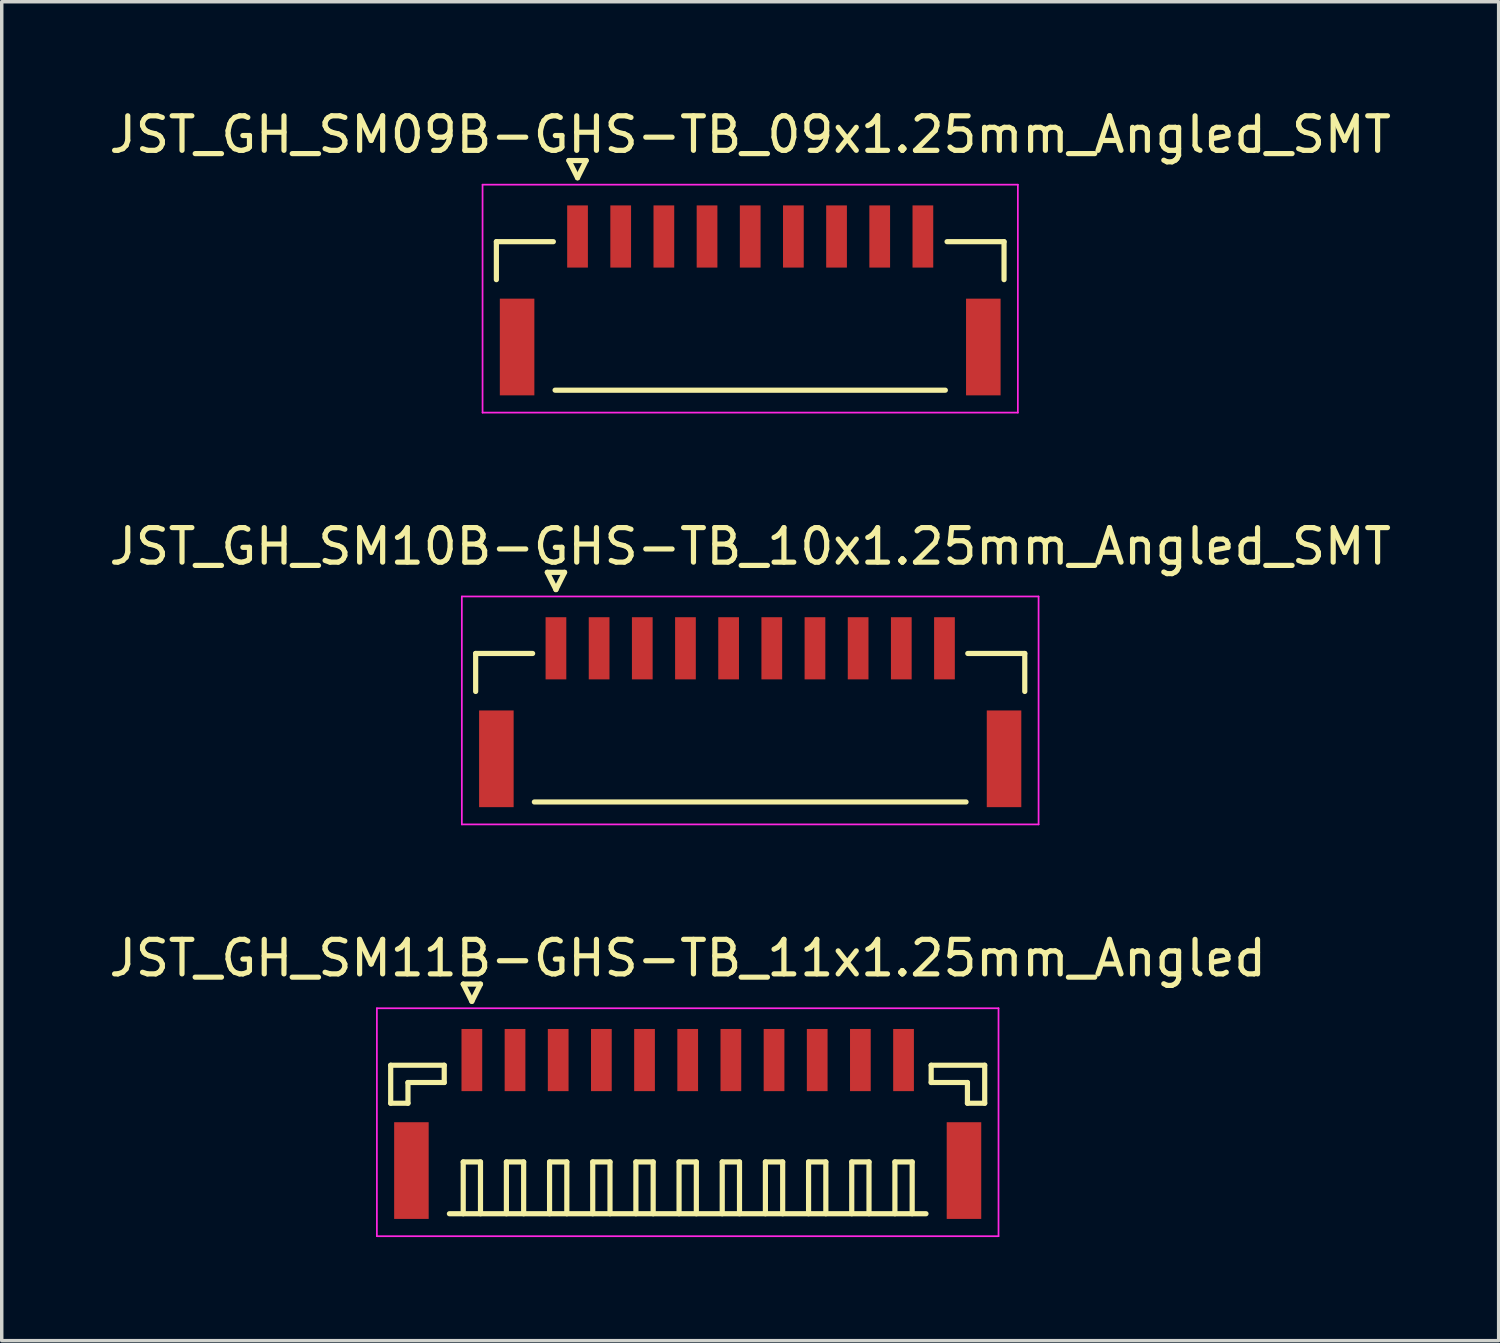
<source format=kicad_pcb>
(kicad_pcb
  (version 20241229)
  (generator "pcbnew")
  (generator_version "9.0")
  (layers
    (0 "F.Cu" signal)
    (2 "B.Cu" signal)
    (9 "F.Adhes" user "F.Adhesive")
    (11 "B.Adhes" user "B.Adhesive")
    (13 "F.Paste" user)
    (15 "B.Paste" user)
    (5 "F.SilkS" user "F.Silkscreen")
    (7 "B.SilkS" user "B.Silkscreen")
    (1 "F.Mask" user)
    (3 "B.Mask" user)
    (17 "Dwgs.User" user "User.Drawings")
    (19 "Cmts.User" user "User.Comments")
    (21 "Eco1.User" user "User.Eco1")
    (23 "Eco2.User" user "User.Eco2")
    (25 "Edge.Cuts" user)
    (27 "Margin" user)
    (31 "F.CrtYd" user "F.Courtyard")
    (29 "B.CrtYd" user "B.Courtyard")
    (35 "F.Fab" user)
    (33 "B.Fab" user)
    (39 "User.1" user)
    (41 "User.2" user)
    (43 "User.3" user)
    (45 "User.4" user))
  (footprint "JST_GH_SM09B-GHS-TB_09x1.25mm_Angled_SMT"
    (layer "F.Cu")
    (at 18.673 5.398)
    (property "Reference" "JST_GH_SM09B-GHS-TB_09x1.25mm_Angled_SMT" (at 0 -4.55 0) (layer "F.SilkS") (effects (font (size 1 1) (thickness 0.15))))
    (attr smd)
    (fp_line (start -7.35 -1.45) (end -5.7 -1.45) (stroke (width 0.15) (type solid)) (layer "F.SilkS"))
    (fp_line (start -7.35 -0.35) (end -7.35 -1.45) (stroke (width 0.15) (type solid)) (layer "F.SilkS"))
    (fp_line (start -5.65 2.85) (end 5.65 2.85) (stroke (width 0.15) (type solid)) (layer "F.SilkS"))
    (fp_line (start -5.25 -3.8) (end -4.75 -3.8) (stroke (width 0.15) (type solid)) (layer "F.SilkS"))
    (fp_line (start -5 -3.3) (end -5.25 -3.8) (stroke (width 0.15) (type solid)) (layer "F.SilkS"))
    (fp_line (start -4.75 -3.8) (end -5 -3.3) (stroke (width 0.15) (type solid)) (layer "F.SilkS"))
    (fp_line (start 7.35 -1.45) (end 5.7 -1.45) (stroke (width 0.15) (type solid)) (layer "F.SilkS"))
    (fp_line (start 7.35 -0.35) (end 7.35 -1.45) (stroke (width 0.15) (type solid)) (layer "F.SilkS"))
    (fp_line (start -7.75 -3.1) (end -7.75 3.5) (stroke (width 0.05) (type solid)) (layer "F.CrtYd"))
    (fp_line (start -7.75 3.5) (end 7.75 3.5) (stroke (width 0.05) (type solid)) (layer "F.CrtYd"))
    (fp_line (start 7.75 -3.1) (end -7.75 -3.1) (stroke (width 0.05) (type solid)) (layer "F.CrtYd"))
    (fp_line (start 7.75 3.5) (end 7.75 -3.1) (stroke (width 0.05) (type solid)) (layer "F.CrtYd"))
    (pad "" smd rect (at -6.75 1.6) (size 1 2.8) (layers "F.Cu" "F.Mask" "F.Paste"))
    (pad "" smd rect (at 6.75 1.6) (size 1 2.8) (layers "F.Cu" "F.Mask" "F.Paste"))
    (pad "1" smd rect (at -5 -1.6) (size 0.6 1.8) (layers "F.Cu" "F.Mask" "F.Paste"))
    (pad "2" smd rect (at -3.75 -1.6) (size 0.6 1.8) (layers "F.Cu" "F.Mask" "F.Paste"))
    (pad "3" smd rect (at -2.5 -1.6) (size 0.6 1.8) (layers "F.Cu" "F.Mask" "F.Paste"))
    (pad "4" smd rect (at -1.25 -1.6) (size 0.6 1.8) (layers "F.Cu" "F.Mask" "F.Paste"))
    (pad "5" smd rect (at 0 -1.6) (size 0.6 1.8) (layers "F.Cu" "F.Mask" "F.Paste"))
    (pad "6" smd rect (at 1.25 -1.6) (size 0.6 1.8) (layers "F.Cu" "F.Mask" "F.Paste"))
    (pad "7" smd rect (at 2.5 -1.6) (size 0.6 1.8) (layers "F.Cu" "F.Mask" "F.Paste"))
    (pad "8" smd rect (at 3.75 -1.6) (size 0.6 1.8) (layers "F.Cu" "F.Mask" "F.Paste"))
    (pad "9" smd rect (at 5 -1.6) (size 0.6 1.8) (layers "F.Cu" "F.Mask" "F.Paste")))
  (footprint "JST_GH_SM10B-GHS-TB_10x1.25mm_Angled_SMT"
    (layer "F.Cu")
    (at 18.673 17.322)
    (property "Reference" "JST_GH_SM10B-GHS-TB_10x1.25mm_Angled_SMT" (at 0 -4.55 0) (layer "F.SilkS") (effects (font (size 1 1) (thickness 0.15))))
    (attr smd)
    (fp_line (start -7.95 -1.45) (end -6.3 -1.45) (stroke (width 0.15) (type solid)) (layer "F.SilkS"))
    (fp_line (start -7.95 -0.35) (end -7.95 -1.45) (stroke (width 0.15) (type solid)) (layer "F.SilkS"))
    (fp_line (start -6.25 2.85) (end 6.25 2.85) (stroke (width 0.15) (type solid)) (layer "F.SilkS"))
    (fp_line (start -5.875 -3.8) (end -5.375 -3.8) (stroke (width 0.15) (type solid)) (layer "F.SilkS"))
    (fp_line (start -5.625 -3.3) (end -5.875 -3.8) (stroke (width 0.15) (type solid)) (layer "F.SilkS"))
    (fp_line (start -5.375 -3.8) (end -5.625 -3.3) (stroke (width 0.15) (type solid)) (layer "F.SilkS"))
    (fp_line (start 7.95 -1.45) (end 6.3 -1.45) (stroke (width 0.15) (type solid)) (layer "F.SilkS"))
    (fp_line (start 7.95 -0.35) (end 7.95 -1.45) (stroke (width 0.15) (type solid)) (layer "F.SilkS"))
    (fp_line (start -8.35 -3.1) (end -8.35 3.5) (stroke (width 0.05) (type solid)) (layer "F.CrtYd"))
    (fp_line (start -8.35 3.5) (end 8.35 3.5) (stroke (width 0.05) (type solid)) (layer "F.CrtYd"))
    (fp_line (start 8.35 -3.1) (end -8.35 -3.1) (stroke (width 0.05) (type solid)) (layer "F.CrtYd"))
    (fp_line (start 8.35 3.5) (end 8.35 -3.1) (stroke (width 0.05) (type solid)) (layer "F.CrtYd"))
    (pad "" smd rect (at -7.35 1.6) (size 1 2.8) (layers "F.Cu" "F.Mask" "F.Paste"))
    (pad "" smd rect (at 7.35 1.6) (size 1 2.8) (layers "F.Cu" "F.Mask" "F.Paste"))
    (pad "1" smd rect (at -5.625 -1.6) (size 0.6 1.8) (layers "F.Cu" "F.Mask" "F.Paste"))
    (pad "2" smd rect (at -4.375 -1.6) (size 0.6 1.8) (layers "F.Cu" "F.Mask" "F.Paste"))
    (pad "3" smd rect (at -3.125 -1.6) (size 0.6 1.8) (layers "F.Cu" "F.Mask" "F.Paste"))
    (pad "4" smd rect (at -1.875 -1.6) (size 0.6 1.8) (layers "F.Cu" "F.Mask" "F.Paste"))
    (pad "5" smd rect (at -0.625 -1.6) (size 0.6 1.8) (layers "F.Cu" "F.Mask" "F.Paste"))
    (pad "6" smd rect (at 0.625 -1.6) (size 0.6 1.8) (layers "F.Cu" "F.Mask" "F.Paste"))
    (pad "7" smd rect (at 1.875 -1.6) (size 0.6 1.8) (layers "F.Cu" "F.Mask" "F.Paste"))
    (pad "8" smd rect (at 3.125 -1.6) (size 0.6 1.8) (layers "F.Cu" "F.Mask" "F.Paste"))
    (pad "9" smd rect (at 4.375 -1.6) (size 0.6 1.8) (layers "F.Cu" "F.Mask" "F.Paste"))
    (pad "10" smd rect (at 5.625 -1.6) (size 0.6 1.8) (layers "F.Cu" "F.Mask" "F.Paste")))
  (footprint "JST_GH_SM11B-GHS-TB_11x1.25mm_Angled"
    (layer "F.Cu")
    (at 16.863 29.245)
    (property "Reference" "JST_GH_SM11B-GHS-TB_11x1.25mm_Angled" (at 0 -4.55 0) (layer "F.SilkS") (effects (font (size 1 1) (thickness 0.15))))
    (attr smd)
    (fp_line (start -8.6 -1.45) (end -7.05 -1.45) (stroke (width 0.15) (type solid)) (layer "F.SilkS"))
    (fp_line (start -8.6 -0.35) (end -8.6 -1.45) (stroke (width 0.15) (type solid)) (layer "F.SilkS"))
    (fp_line (start -8.1 -0.95) (end -8.1 -0.35) (stroke (width 0.15) (type solid)) (layer "F.SilkS"))
    (fp_line (start -8.1 -0.35) (end -8.6 -0.35) (stroke (width 0.15) (type solid)) (layer "F.SilkS"))
    (fp_line (start -7.05 -1.45) (end -7.05 -0.95) (stroke (width 0.15) (type solid)) (layer "F.SilkS"))
    (fp_line (start -7.05 -0.95) (end -8.1 -0.95) (stroke (width 0.15) (type solid)) (layer "F.SilkS"))
    (fp_line (start -6.9 2.85) (end 6.9 2.85) (stroke (width 0.15) (type solid)) (layer "F.SilkS"))
    (fp_line (start -6.5 -3.8) (end -6 -3.8) (stroke (width 0.15) (type solid)) (layer "F.SilkS"))
    (fp_line (start -6.5 1.35) (end -6 1.35) (stroke (width 0.15) (type solid)) (layer "F.SilkS"))
    (fp_line (start -6.5 2.85) (end -6.5 1.35) (stroke (width 0.15) (type solid)) (layer "F.SilkS"))
    (fp_line (start -6.25 -3.3) (end -6.5 -3.8) (stroke (width 0.15) (type solid)) (layer "F.SilkS"))
    (fp_line (start -6 -3.8) (end -6.25 -3.3) (stroke (width 0.15) (type solid)) (layer "F.SilkS"))
    (fp_line (start -6 1.35) (end -6 2.85) (stroke (width 0.15) (type solid)) (layer "F.SilkS"))
    (fp_line (start -5.25 1.35) (end -4.75 1.35) (stroke (width 0.15) (type solid)) (layer "F.SilkS"))
    (fp_line (start -5.25 2.85) (end -5.25 1.35) (stroke (width 0.15) (type solid)) (layer "F.SilkS"))
    (fp_line (start -4.75 1.35) (end -4.75 2.85) (stroke (width 0.15) (type solid)) (layer "F.SilkS"))
    (fp_line (start -4 1.35) (end -3.5 1.35) (stroke (width 0.15) (type solid)) (layer "F.SilkS"))
    (fp_line (start -4 2.85) (end -4 1.35) (stroke (width 0.15) (type solid)) (layer "F.SilkS"))
    (fp_line (start -3.5 1.35) (end -3.5 2.85) (stroke (width 0.15) (type solid)) (layer "F.SilkS"))
    (fp_line (start -2.75 1.35) (end -2.25 1.35) (stroke (width 0.15) (type solid)) (layer "F.SilkS"))
    (fp_line (start -2.75 2.85) (end -2.75 1.35) (stroke (width 0.15) (type solid)) (layer "F.SilkS"))
    (fp_line (start -2.25 1.35) (end -2.25 2.85) (stroke (width 0.15) (type solid)) (layer "F.SilkS"))
    (fp_line (start -1.5 1.35) (end -1 1.35) (stroke (width 0.15) (type solid)) (layer "F.SilkS"))
    (fp_line (start -1.5 2.85) (end -1.5 1.35) (stroke (width 0.15) (type solid)) (layer "F.SilkS"))
    (fp_line (start -1 1.35) (end -1 2.85) (stroke (width 0.15) (type solid)) (layer "F.SilkS"))
    (fp_line (start -0.25 1.35) (end 0.25 1.35) (stroke (width 0.15) (type solid)) (layer "F.SilkS"))
    (fp_line (start -0.25 2.85) (end -0.25 1.35) (stroke (width 0.15) (type solid)) (layer "F.SilkS"))
    (fp_line (start 0.25 1.35) (end 0.25 2.85) (stroke (width 0.15) (type solid)) (layer "F.SilkS"))
    (fp_line (start 1 1.35) (end 1.5 1.35) (stroke (width 0.15) (type solid)) (layer "F.SilkS"))
    (fp_line (start 1 2.85) (end 1 1.35) (stroke (width 0.15) (type solid)) (layer "F.SilkS"))
    (fp_line (start 1.5 1.35) (end 1.5 2.85) (stroke (width 0.15) (type solid)) (layer "F.SilkS"))
    (fp_line (start 2.25 1.35) (end 2.75 1.35) (stroke (width 0.15) (type solid)) (layer "F.SilkS"))
    (fp_line (start 2.25 2.85) (end 2.25 1.35) (stroke (width 0.15) (type solid)) (layer "F.SilkS"))
    (fp_line (start 2.75 1.35) (end 2.75 2.85) (stroke (width 0.15) (type solid)) (layer "F.SilkS"))
    (fp_line (start 3.5 1.35) (end 4 1.35) (stroke (width 0.15) (type solid)) (layer "F.SilkS"))
    (fp_line (start 3.5 2.85) (end 3.5 1.35) (stroke (width 0.15) (type solid)) (layer "F.SilkS"))
    (fp_line (start 4 1.35) (end 4 2.85) (stroke (width 0.15) (type solid)) (layer "F.SilkS"))
    (fp_line (start 4.75 1.35) (end 5.25 1.35) (stroke (width 0.15) (type solid)) (layer "F.SilkS"))
    (fp_line (start 4.75 2.85) (end 4.75 1.35) (stroke (width 0.15) (type solid)) (layer "F.SilkS"))
    (fp_line (start 5.25 1.35) (end 5.25 2.85) (stroke (width 0.15) (type solid)) (layer "F.SilkS"))
    (fp_line (start 6 1.35) (end 6.5 1.35) (stroke (width 0.15) (type solid)) (layer "F.SilkS"))
    (fp_line (start 6 2.85) (end 6 1.35) (stroke (width 0.15) (type solid)) (layer "F.SilkS"))
    (fp_line (start 6.5 1.35) (end 6.5 2.85) (stroke (width 0.15) (type solid)) (layer "F.SilkS"))
    (fp_line (start 7.05 -1.45) (end 7.05 -0.95) (stroke (width 0.15) (type solid)) (layer "F.SilkS"))
    (fp_line (start 7.05 -0.95) (end 8.1 -0.95) (stroke (width 0.15) (type solid)) (layer "F.SilkS"))
    (fp_line (start 8.1 -0.95) (end 8.1 -0.35) (stroke (width 0.15) (type solid)) (layer "F.SilkS"))
    (fp_line (start 8.1 -0.35) (end 8.6 -0.35) (stroke (width 0.15) (type solid)) (layer "F.SilkS"))
    (fp_line (start 8.6 -1.45) (end 7.05 -1.45) (stroke (width 0.15) (type solid)) (layer "F.SilkS"))
    (fp_line (start 8.6 -0.35) (end 8.6 -1.45) (stroke (width 0.15) (type solid)) (layer "F.SilkS"))
    (fp_line (start -9 -3.1) (end -9 3.5) (stroke (width 0.05) (type solid)) (layer "F.CrtYd"))
    (fp_line (start -9 3.5) (end 9 3.5) (stroke (width 0.05) (type solid)) (layer "F.CrtYd"))
    (fp_line (start 9 -3.1) (end -9 -3.1) (stroke (width 0.05) (type solid)) (layer "F.CrtYd"))
    (fp_line (start 9 3.5) (end 9 -3.1) (stroke (width 0.05) (type solid)) (layer "F.CrtYd"))
    (pad "" smd rect (at -8 1.6) (size 1 2.8) (layers "F.Cu" "F.Mask" "F.Paste"))
    (pad "" smd rect (at 8 1.6) (size 1 2.8) (layers "F.Cu" "F.Mask" "F.Paste"))
    (pad "1" smd rect (at -6.25 -1.6) (size 0.6 1.8) (layers "F.Cu" "F.Mask" "F.Paste"))
    (pad "2" smd rect (at -5 -1.6) (size 0.6 1.8) (layers "F.Cu" "F.Mask" "F.Paste"))
    (pad "3" smd rect (at -3.75 -1.6) (size 0.6 1.8) (layers "F.Cu" "F.Mask" "F.Paste"))
    (pad "4" smd rect (at -2.5 -1.6) (size 0.6 1.8) (layers "F.Cu" "F.Mask" "F.Paste"))
    (pad "5" smd rect (at -1.25 -1.6) (size 0.6 1.8) (layers "F.Cu" "F.Mask" "F.Paste"))
    (pad "6" smd rect (at 0 -1.6) (size 0.6 1.8) (layers "F.Cu" "F.Mask" "F.Paste"))
    (pad "7" smd rect (at 1.25 -1.6) (size 0.6 1.8) (layers "F.Cu" "F.Mask" "F.Paste"))
    (pad "8" smd rect (at 2.5 -1.6) (size 0.6 1.8) (layers "F.Cu" "F.Mask" "F.Paste"))
    (pad "9" smd rect (at 3.75 -1.6) (size 0.6 1.8) (layers "F.Cu" "F.Mask" "F.Paste"))
    (pad "10" smd rect (at 5 -1.6) (size 0.6 1.8) (layers "F.Cu" "F.Mask" "F.Paste"))
    (pad "11" smd rect (at 6.25 -1.6) (size 0.6 1.8) (layers "F.Cu" "F.Mask" "F.Paste")))
  (gr_rect
    (start -3 -3)
    (end 40.345 35.77)
    (stroke (width 0.1) (type default))
    (fill no)
    (layer "Edge.Cuts")))
</source>
